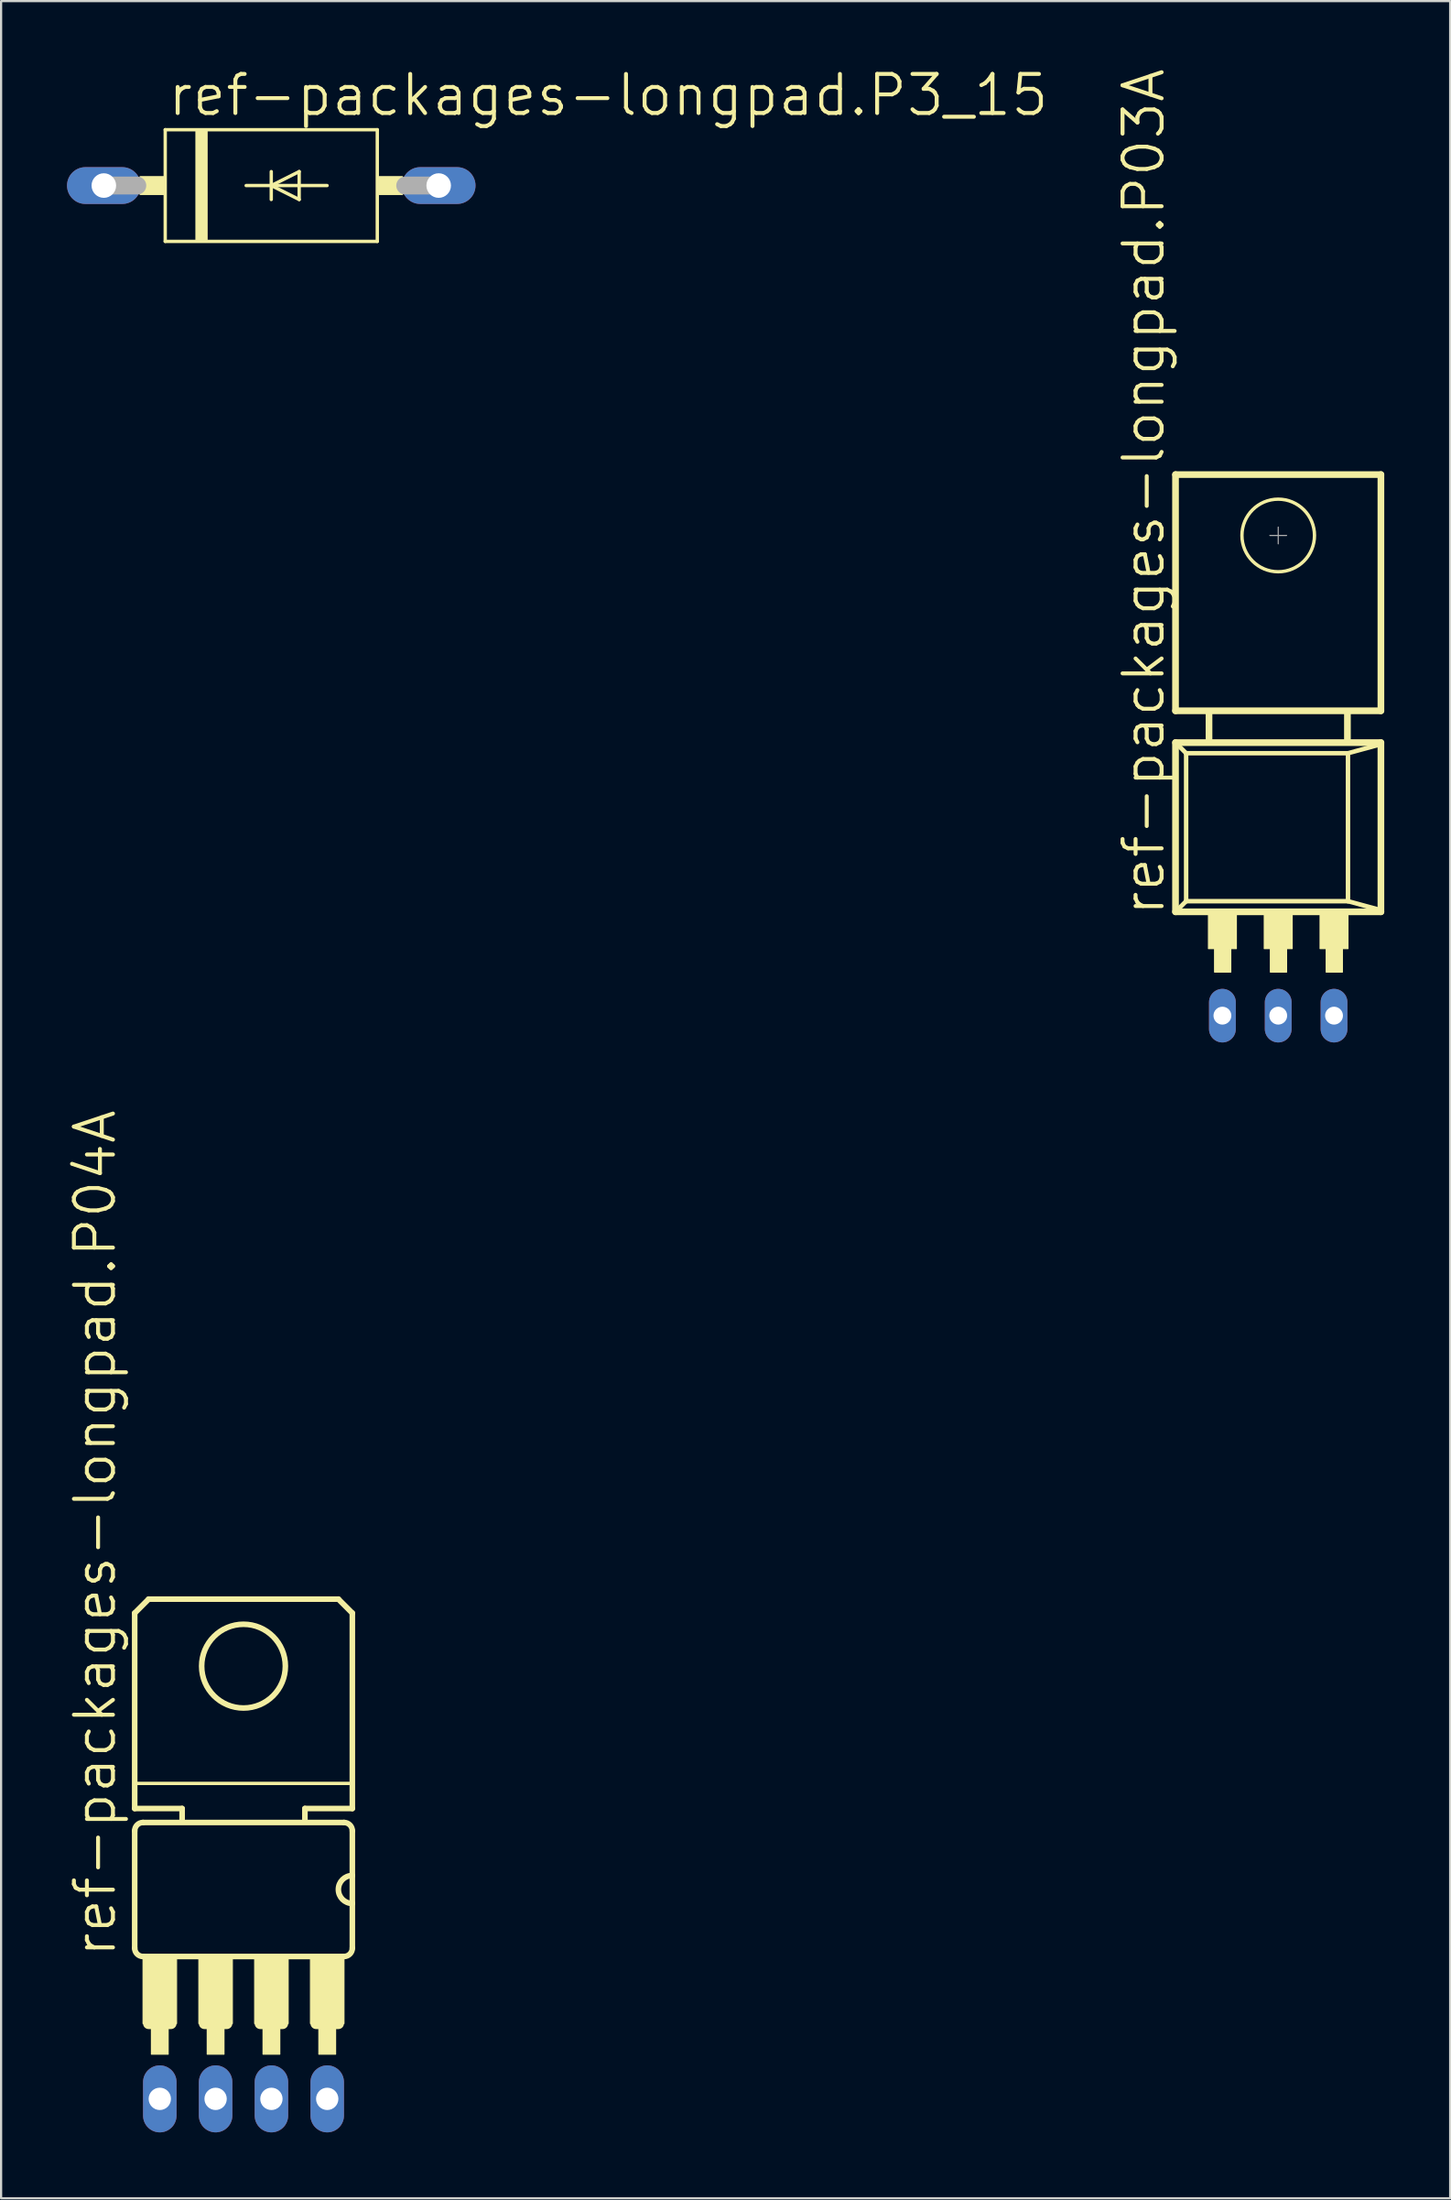
<source format=kicad_pcb>
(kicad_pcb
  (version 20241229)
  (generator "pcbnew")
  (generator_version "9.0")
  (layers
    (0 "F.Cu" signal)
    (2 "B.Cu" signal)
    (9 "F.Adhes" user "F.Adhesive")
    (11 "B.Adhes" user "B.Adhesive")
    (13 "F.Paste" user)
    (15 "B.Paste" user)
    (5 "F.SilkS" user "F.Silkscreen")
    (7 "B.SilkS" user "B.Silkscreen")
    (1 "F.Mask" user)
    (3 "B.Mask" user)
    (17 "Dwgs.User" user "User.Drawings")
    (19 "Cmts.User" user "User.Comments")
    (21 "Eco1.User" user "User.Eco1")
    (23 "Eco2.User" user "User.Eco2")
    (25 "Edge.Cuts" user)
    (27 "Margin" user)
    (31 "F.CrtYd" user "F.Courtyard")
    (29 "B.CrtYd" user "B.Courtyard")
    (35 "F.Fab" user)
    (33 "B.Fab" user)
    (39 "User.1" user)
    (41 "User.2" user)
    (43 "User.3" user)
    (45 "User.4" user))
  (footprint "ref-packages-longpad.P3_15"
    (layer "F.Cu")
    (at 9.296 5.391)
    (property "Reference" "ref-packages-longpad.P3_15" (at -4.801 -3.073 0) (layer "F.SilkS") (effects (font (size 1.778 1.778) (thickness 0.18)) (justify left bottom)))
    (attr through_hole)
    (fp_line (start -4.826 -2.54) (end 4.826 -2.54) (stroke (width 0.152) (type default)) (layer "F.SilkS"))
    (fp_line (start -4.826 2.54) (end -4.826 -2.54) (stroke (width 0.152) (type default)) (layer "F.SilkS"))
    (fp_line (start -1.143 0) (end 0 0) (stroke (width 0.152) (type default)) (layer "F.SilkS"))
    (fp_line (start 0 -0.635) (end 0 0) (stroke (width 0.152) (type default)) (layer "F.SilkS"))
    (fp_line (start 0 0) (end 0 0.635) (stroke (width 0.152) (type default)) (layer "F.SilkS"))
    (fp_line (start 0 0) (end 1.27 -0.635) (stroke (width 0.152) (type default)) (layer "F.SilkS"))
    (fp_line (start 0 0) (end 2.54 0) (stroke (width 0.152) (type default)) (layer "F.SilkS"))
    (fp_line (start 1.27 -0.635) (end 1.27 0.635) (stroke (width 0.152) (type default)) (layer "F.SilkS"))
    (fp_line (start 1.27 0.635) (end 0 0) (stroke (width 0.152) (type default)) (layer "F.SilkS"))
    (fp_line (start 4.826 -2.54) (end 4.826 2.54) (stroke (width 0.152) (type default)) (layer "F.SilkS"))
    (fp_line (start 4.826 2.54) (end -4.826 2.54) (stroke (width 0.152) (type default)) (layer "F.SilkS"))
    (fp_rect (start -5.969 0.406) (end -4.826 -0.406) (stroke (width 0.05) (type default)) (fill yes) (layer "F.SilkS"))
    (fp_rect (start -3.429 2.54) (end -2.921 -2.54) (stroke (width 0.05) (type default)) (fill yes) (layer "F.SilkS"))
    (fp_rect (start 4.826 0.406) (end 5.969 -0.406) (stroke (width 0.05) (type default)) (fill yes) (layer "F.SilkS"))
    (fp_line (start -7.62 0) (end -6.096 0) (stroke (width 0.813) (type default)) (layer "F.Fab"))
    (fp_line (start 7.62 0) (end 6.096 0) (stroke (width 0.813) (type default)) (layer "F.Fab"))
    (pad "A" thru_hole oval (at 7.62 0) (size 3.353 1.676) (drill 1.118) (layers "*.Cu" "*.Mask"))
    (pad "C" thru_hole oval (at -7.62 0) (size 3.353 1.676) (drill 1.118) (layers "*.Cu" "*.Mask")))
  (footprint "ref-packages-longpad.P03A"
    (layer "F.Cu")
    (at 55.126 34.263)
    (property "Reference" "ref-packages-longpad.P03A" (at -5.08 4.445 90) (layer "F.SilkS") (effects (font (size 1.778 1.778) (thickness 0.18)) (justify left bottom)))
    (attr through_hole)
    (fp_line (start -4.674 -15.723) (end 4.674 -15.723) (stroke (width 0.305) (type default)) (layer "F.SilkS"))
    (fp_line (start -4.674 -4.978) (end -4.674 -15.723) (stroke (width 0.305) (type default)) (layer "F.SilkS"))
    (fp_line (start -4.674 -3.531) (end -4.674 4.166) (stroke (width 0.305) (type default)) (layer "F.SilkS"))
    (fp_line (start -4.674 4.166) (end 4.674 4.166) (stroke (width 0.305) (type default)) (layer "F.SilkS"))
    (fp_line (start -4.191 -3.048) (end -4.572 -3.429) (stroke (width 0.203) (type default)) (layer "F.SilkS"))
    (fp_line (start -4.191 -3.048) (end 3.175 -3.048) (stroke (width 0.203) (type default)) (layer "F.SilkS"))
    (fp_line (start -4.191 3.683) (end -4.572 4.064) (stroke (width 0.203) (type default)) (layer "F.SilkS"))
    (fp_line (start -4.191 3.683) (end -4.191 -3.048) (stroke (width 0.203) (type default)) (layer "F.SilkS"))
    (fp_line (start -3.15 -3.581) (end -3.15 -4.877) (stroke (width 0.305) (type default)) (layer "F.SilkS"))
    (fp_line (start 3.15 -3.581) (end 3.15 -4.851) (stroke (width 0.305) (type default)) (layer "F.SilkS"))
    (fp_line (start 3.175 -3.048) (end 3.175 3.683) (stroke (width 0.203) (type default)) (layer "F.SilkS"))
    (fp_line (start 3.175 -3.048) (end 4.572 -3.429) (stroke (width 0.203) (type default)) (layer "F.SilkS"))
    (fp_line (start 3.175 3.683) (end -4.191 3.683) (stroke (width 0.203) (type default)) (layer "F.SilkS"))
    (fp_line (start 3.175 3.683) (end 4.572 4.064) (stroke (width 0.203) (type default)) (layer "F.SilkS"))
    (fp_line (start 4.674 -15.723) (end 4.674 -4.978) (stroke (width 0.305) (type default)) (layer "F.SilkS"))
    (fp_line (start 4.674 -4.978) (end -4.674 -4.978) (stroke (width 0.305) (type default)) (layer "F.SilkS"))
    (fp_line (start 4.674 -3.531) (end -4.674 -3.531) (stroke (width 0.305) (type default)) (layer "F.SilkS"))
    (fp_line (start 4.674 4.166) (end 4.674 -3.531) (stroke (width 0.305) (type default)) (layer "F.SilkS"))
    (fp_rect (start -3.175 5.842) (end -1.905 4.216) (stroke (width 0.05) (type default)) (fill yes) (layer "F.SilkS"))
    (fp_rect (start -2.896 6.909) (end -2.159 5.41) (stroke (width 0.05) (type default)) (fill yes) (layer "F.SilkS"))
    (fp_rect (start -0.635 5.842) (end 0.635 4.216) (stroke (width 0.05) (type default)) (fill yes) (layer "F.SilkS"))
    (fp_rect (start -0.356 6.909) (end 0.381 5.41) (stroke (width 0.05) (type default)) (fill yes) (layer "F.SilkS"))
    (fp_rect (start 1.905 5.842) (end 3.175 4.216) (stroke (width 0.05) (type default)) (fill yes) (layer "F.SilkS"))
    (fp_rect (start 2.184 6.909) (end 2.921 5.41) (stroke (width 0.05) (type default)) (fill yes) (layer "F.SilkS"))
    (fp_circle (center 0 -12.954) (end 1.651 -12.954) (stroke (width 0.152) (type default)) (fill no) (layer "F.SilkS"))
    (fp_line (start -0.381 -12.954) (end 0.381 -12.954) (stroke (width 0.051) (type default)) (layer "F.Fab"))
    (fp_line (start 0 -13.335) (end 0 -12.573) (stroke (width 0.051) (type default)) (layer "F.Fab"))
    (pad "1" thru_hole oval (at -2.54 8.89 90) (size 2.438 1.219) (drill 0.813) (layers "*.Cu" "*.Mask"))
    (pad "2" thru_hole oval (at 0 8.89 90) (size 2.438 1.219) (drill 0.813) (layers "*.Cu" "*.Mask"))
    (pad "3" thru_hole oval (at 2.54 8.89 90) (size 2.438 1.219) (drill 0.813) (layers "*.Cu" "*.Mask")))
  (footprint "ref-packages-longpad.P04A"
    (layer "F.Cu")
    (at 8.033 82.905)
    (property "Reference" "ref-packages-longpad.P04A" (at -5.715 3.175 90) (layer "F.SilkS") (effects (font (size 1.778 1.778) (thickness 0.18)) (justify left bottom)))
    (attr through_hole)
    (fp_line (start -4.953 -12.573) (end -4.318 -13.208) (stroke (width 0.254) (type default)) (layer "F.SilkS"))
    (fp_line (start -4.953 -3.683) (end -4.953 -12.573) (stroke (width 0.254) (type default)) (layer "F.SilkS"))
    (fp_line (start -4.953 -2.667) (end -4.953 2.667) (stroke (width 0.254) (type default)) (layer "F.SilkS"))
    (fp_line (start -4.826 -4.826) (end 4.826 -4.826) (stroke (width 0.152) (type default)) (layer "F.SilkS"))
    (fp_line (start -4.572 3.048) (end 4.572 3.048) (stroke (width 0.254) (type default)) (layer "F.SilkS"))
    (fp_line (start -4.318 -13.208) (end 4.318 -13.208) (stroke (width 0.254) (type default)) (layer "F.SilkS"))
    (fp_line (start -4.318 6.096) (end -3.302 6.096) (stroke (width 0.508) (type default)) (layer "F.SilkS"))
    (fp_line (start -2.794 -3.683) (end -4.953 -3.683) (stroke (width 0.254) (type default)) (layer "F.SilkS"))
    (fp_line (start -2.794 -3.175) (end -2.794 -3.683) (stroke (width 0.254) (type default)) (layer "F.SilkS"))
    (fp_line (start -1.778 6.096) (end -0.762 6.096) (stroke (width 0.508) (type default)) (layer "F.SilkS"))
    (fp_line (start 0.762 6.096) (end 1.778 6.096) (stroke (width 0.508) (type default)) (layer "F.SilkS"))
    (fp_line (start 2.794 -3.683) (end 2.794 -3.175) (stroke (width 0.254) (type default)) (layer "F.SilkS"))
    (fp_line (start 3.302 6.096) (end 4.318 6.096) (stroke (width 0.508) (type default)) (layer "F.SilkS"))
    (fp_line (start 4.318 -13.208) (end 4.953 -12.573) (stroke (width 0.254) (type default)) (layer "F.SilkS"))
    (fp_line (start 4.572 -3.048) (end -4.572 -3.048) (stroke (width 0.254) (type default)) (layer "F.SilkS"))
    (fp_line (start 4.953 -12.573) (end 4.953 -3.683) (stroke (width 0.254) (type default)) (layer "F.SilkS"))
    (fp_line (start 4.953 -3.683) (end 2.794 -3.683) (stroke (width 0.254) (type default)) (layer "F.SilkS"))
    (fp_line (start 4.953 -0.635) (end 4.953 -2.667) (stroke (width 0.254) (type default)) (layer "F.SilkS"))
    (fp_line (start 4.953 0.635) (end 4.953 -0.635) (stroke (width 0.254) (type default)) (layer "F.SilkS"))
    (fp_line (start 4.953 2.667) (end 4.953 0.635) (stroke (width 0.254) (type default)) (layer "F.SilkS"))
    (fp_rect (start -4.572 6.096) (end -3.048 3.124) (stroke (width 0.05) (type default)) (fill yes) (layer "F.SilkS"))
    (fp_rect (start -4.191 7.493) (end -3.429 6.223) (stroke (width 0.05) (type default)) (fill yes) (layer "F.SilkS"))
    (fp_rect (start -2.032 6.096) (end -0.508 3.124) (stroke (width 0.05) (type default)) (fill yes) (layer "F.SilkS"))
    (fp_rect (start -1.651 7.493) (end -0.889 6.223) (stroke (width 0.05) (type default)) (fill yes) (layer "F.SilkS"))
    (fp_rect (start 0.508 6.096) (end 2.032 3.124) (stroke (width 0.05) (type default)) (fill yes) (layer "F.SilkS"))
    (fp_rect (start 0.889 7.493) (end 1.651 6.223) (stroke (width 0.05) (type default)) (fill yes) (layer "F.SilkS"))
    (fp_rect (start 3.048 6.096) (end 4.572 3.124) (stroke (width 0.05) (type default)) (fill yes) (layer "F.SilkS"))
    (fp_rect (start 3.429 7.493) (end 4.191 6.223) (stroke (width 0.05) (type default)) (fill yes) (layer "F.SilkS"))
    (fp_arc (start -4.953 -2.667) (mid -4.841408 -2.936408) (end -4.572 -3.048) (stroke (width 0.254) (type default)) (layer "F.SilkS"))
    (fp_arc (start -4.572 3.048) (mid -4.841408 2.936408) (end -4.953 2.667) (stroke (width 0.254) (type default)) (layer "F.SilkS"))
    (fp_arc (start 4.572 -3.048) (mid 4.841408 -2.936408) (end 4.953 -2.667) (stroke (width 0.254) (type default)) (layer "F.SilkS"))
    (fp_arc (start 4.953 0.635) (mid 4.318 0) (end 4.953 -0.635) (stroke (width 0.254) (type default)) (layer "F.SilkS"))
    (fp_arc (start 4.953 2.667) (mid 4.841408 2.936408) (end 4.572 3.048) (stroke (width 0.254) (type default)) (layer "F.SilkS"))
    (fp_circle (center 0 -10.16) (end 1.905 -10.16) (stroke (width 0.254) (type default)) (fill no) (layer "F.SilkS"))
    (pad "1" thru_hole oval (at -3.81 9.525 90) (size 3.048 1.524) (drill 1.016) (layers "*.Cu" "*.Mask"))
    (pad "2" thru_hole oval (at -1.27 9.525 90) (size 3.048 1.524) (drill 1.016) (layers "*.Cu" "*.Mask"))
    (pad "3" thru_hole oval (at 1.27 9.525 90) (size 3.048 1.524) (drill 1.016) (layers "*.Cu" "*.Mask"))
    (pad "4" thru_hole oval (at 3.81 9.525 90) (size 3.048 1.524) (drill 1.016) (layers "*.Cu" "*.Mask")))
  (gr_rect
    (start -3 -3)
    (end 62.952 96.954)
    (stroke (width 0.1) (type default))
    (fill no)
    (layer "Edge.Cuts")))
</source>
